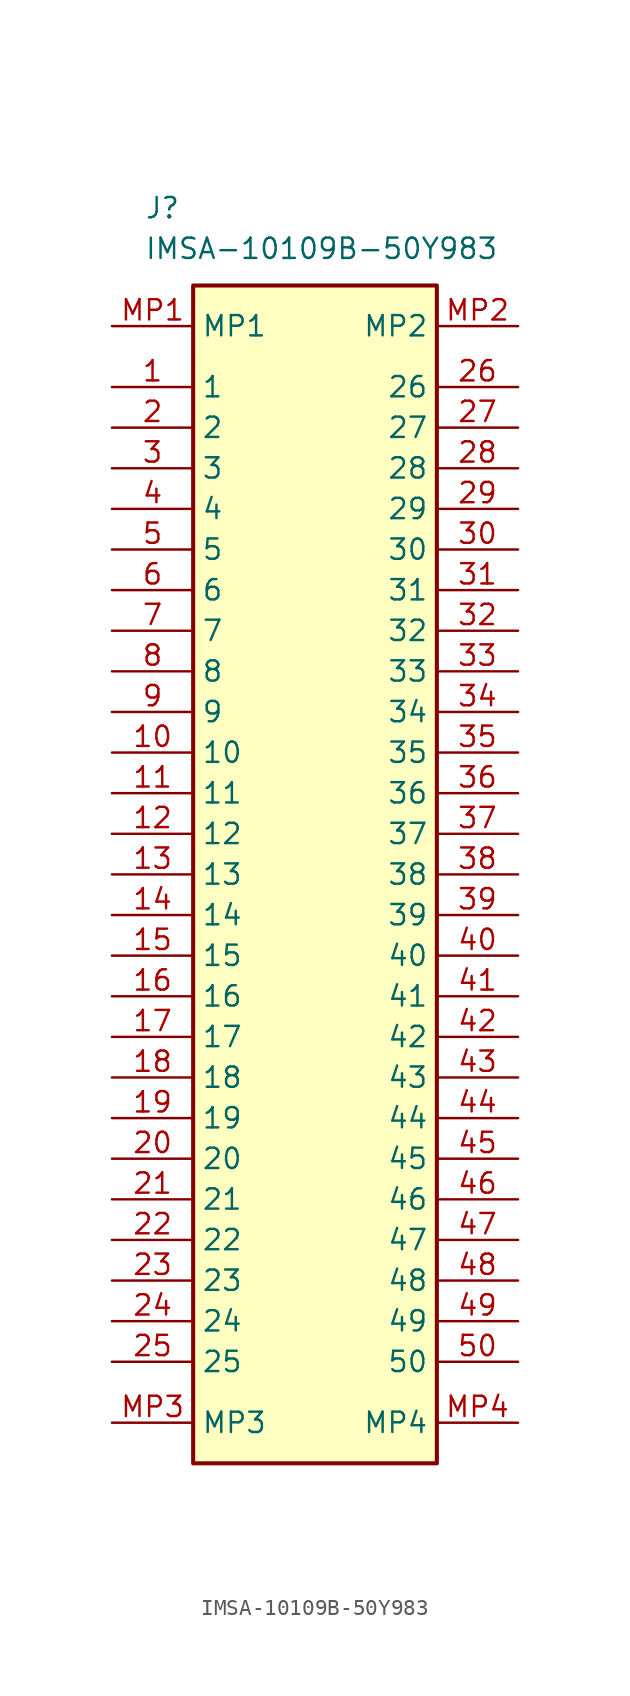
<source format=kicad_sym>
(kicad_symbol_lib
  (version 20241209)
  (generator "kicad_symbol_editor")
  (generator_version "9.0")
  (symbol "IMSA-10109B-50Y983"
    (property "Reference" "J"
      (at 2.032 8.128 0)
      (effects (font (size 1.27 1.27)) (justify left top)))
    (property "Value" "IMSA-10109B-50Y983"
      (at 2.032 5.588 0)
      (effects (font (size 1.27 1.27)) (justify left top)))
    (symbol "IMSA-10109B-50Y983_1_1"
      (rectangle (start 5.08 2.54) (end 20.32 -71.12) (stroke (width 0.254) (type default)) (fill (type background)))
      (pin passive line (at 0 0 0) (length 5.08) (name "MP1" (effects (font (size 1.27 1.27)))) (number "MP1" (effects (font (size 1.27 1.27)))))
      (pin passive line (at 0 -3.81 0) (length 5.08) (name "1" (effects (font (size 1.27 1.27)))) (number "1" (effects (font (size 1.27 1.27)))))
      (pin passive line (at 0 -6.35 0) (length 5.08) (name "2" (effects (font (size 1.27 1.27)))) (number "2" (effects (font (size 1.27 1.27)))))
      (pin passive line (at 0 -8.89 0) (length 5.08) (name "3" (effects (font (size 1.27 1.27)))) (number "3" (effects (font (size 1.27 1.27)))))
      (pin passive line (at 0 -11.43 0) (length 5.08) (name "4" (effects (font (size 1.27 1.27)))) (number "4" (effects (font (size 1.27 1.27)))))
      (pin passive line (at 0 -13.97 0) (length 5.08) (name "5" (effects (font (size 1.27 1.27)))) (number "5" (effects (font (size 1.27 1.27)))))
      (pin passive line (at 0 -16.51 0) (length 5.08) (name "6" (effects (font (size 1.27 1.27)))) (number "6" (effects (font (size 1.27 1.27)))))
      (pin passive line (at 0 -19.05 0) (length 5.08) (name "7" (effects (font (size 1.27 1.27)))) (number "7" (effects (font (size 1.27 1.27)))))
      (pin passive line (at 0 -21.59 0) (length 5.08) (name "8" (effects (font (size 1.27 1.27)))) (number "8" (effects (font (size 1.27 1.27)))))
      (pin passive line (at 0 -24.13 0) (length 5.08) (name "9" (effects (font (size 1.27 1.27)))) (number "9" (effects (font (size 1.27 1.27)))))
      (pin passive line (at 0 -26.67 0) (length 5.08) (name "10" (effects (font (size 1.27 1.27)))) (number "10" (effects (font (size 1.27 1.27)))))
      (pin passive line (at 0 -29.21 0) (length 5.08) (name "11" (effects (font (size 1.27 1.27)))) (number "11" (effects (font (size 1.27 1.27)))))
      (pin passive line (at 0 -31.75 0) (length 5.08) (name "12" (effects (font (size 1.27 1.27)))) (number "12" (effects (font (size 1.27 1.27)))))
      (pin passive line (at 0 -34.29 0) (length 5.08) (name "13" (effects (font (size 1.27 1.27)))) (number "13" (effects (font (size 1.27 1.27)))))
      (pin passive line (at 0 -36.83 0) (length 5.08) (name "14" (effects (font (size 1.27 1.27)))) (number "14" (effects (font (size 1.27 1.27)))))
      (pin passive line (at 0 -39.37 0) (length 5.08) (name "15" (effects (font (size 1.27 1.27)))) (number "15" (effects (font (size 1.27 1.27)))))
      (pin passive line (at 0 -41.91 0) (length 5.08) (name "16" (effects (font (size 1.27 1.27)))) (number "16" (effects (font (size 1.27 1.27)))))
      (pin passive line (at 0 -44.45 0) (length 5.08) (name "17" (effects (font (size 1.27 1.27)))) (number "17" (effects (font (size 1.27 1.27)))))
      (pin passive line (at 0 -46.99 0) (length 5.08) (name "18" (effects (font (size 1.27 1.27)))) (number "18" (effects (font (size 1.27 1.27)))))
      (pin passive line (at 0 -49.53 0) (length 5.08) (name "19" (effects (font (size 1.27 1.27)))) (number "19" (effects (font (size 1.27 1.27)))))
      (pin passive line (at 0 -52.07 0) (length 5.08) (name "20" (effects (font (size 1.27 1.27)))) (number "20" (effects (font (size 1.27 1.27)))))
      (pin passive line (at 0 -54.61 0) (length 5.08) (name "21" (effects (font (size 1.27 1.27)))) (number "21" (effects (font (size 1.27 1.27)))))
      (pin passive line (at 0 -57.15 0) (length 5.08) (name "22" (effects (font (size 1.27 1.27)))) (number "22" (effects (font (size 1.27 1.27)))))
      (pin passive line (at 0 -59.69 0) (length 5.08) (name "23" (effects (font (size 1.27 1.27)))) (number "23" (effects (font (size 1.27 1.27)))))
      (pin passive line (at 0 -62.23 0) (length 5.08) (name "24" (effects (font (size 1.27 1.27)))) (number "24" (effects (font (size 1.27 1.27)))))
      (pin passive line (at 0 -64.77 0) (length 5.08) (name "25" (effects (font (size 1.27 1.27)))) (number "25" (effects (font (size 1.27 1.27)))))
      (pin passive line (at 0 -68.58 0) (length 5.08) (name "MP3" (effects (font (size 1.27 1.27)))) (number "MP3" (effects (font (size 1.27 1.27)))))
      (pin passive line (at 25.4 0 180) (length 5.08) (name "MP2" (effects (font (size 1.27 1.27)))) (number "MP2" (effects (font (size 1.27 1.27)))))
      (pin passive line (at 25.4 -3.81 180) (length 5.08) (name "26" (effects (font (size 1.27 1.27)))) (number "26" (effects (font (size 1.27 1.27)))))
      (pin passive line (at 25.4 -6.35 180) (length 5.08) (name "27" (effects (font (size 1.27 1.27)))) (number "27" (effects (font (size 1.27 1.27)))))
      (pin passive line (at 25.4 -8.89 180) (length 5.08) (name "28" (effects (font (size 1.27 1.27)))) (number "28" (effects (font (size 1.27 1.27)))))
      (pin passive line (at 25.4 -11.43 180) (length 5.08) (name "29" (effects (font (size 1.27 1.27)))) (number "29" (effects (font (size 1.27 1.27)))))
      (pin passive line (at 25.4 -13.97 180) (length 5.08) (name "30" (effects (font (size 1.27 1.27)))) (number "30" (effects (font (size 1.27 1.27)))))
      (pin passive line (at 25.4 -16.51 180) (length 5.08) (name "31" (effects (font (size 1.27 1.27)))) (number "31" (effects (font (size 1.27 1.27)))))
      (pin passive line (at 25.4 -19.05 180) (length 5.08) (name "32" (effects (font (size 1.27 1.27)))) (number "32" (effects (font (size 1.27 1.27)))))
      (pin passive line (at 25.4 -21.59 180) (length 5.08) (name "33" (effects (font (size 1.27 1.27)))) (number "33" (effects (font (size 1.27 1.27)))))
      (pin passive line (at 25.4 -24.13 180) (length 5.08) (name "34" (effects (font (size 1.27 1.27)))) (number "34" (effects (font (size 1.27 1.27)))))
      (pin passive line (at 25.4 -26.67 180) (length 5.08) (name "35" (effects (font (size 1.27 1.27)))) (number "35" (effects (font (size 1.27 1.27)))))
      (pin passive line (at 25.4 -29.21 180) (length 5.08) (name "36" (effects (font (size 1.27 1.27)))) (number "36" (effects (font (size 1.27 1.27)))))
      (pin passive line (at 25.4 -31.75 180) (length 5.08) (name "37" (effects (font (size 1.27 1.27)))) (number "37" (effects (font (size 1.27 1.27)))))
      (pin passive line (at 25.4 -34.29 180) (length 5.08) (name "38" (effects (font (size 1.27 1.27)))) (number "38" (effects (font (size 1.27 1.27)))))
      (pin passive line (at 25.4 -36.83 180) (length 5.08) (name "39" (effects (font (size 1.27 1.27)))) (number "39" (effects (font (size 1.27 1.27)))))
      (pin passive line (at 25.4 -39.37 180) (length 5.08) (name "40" (effects (font (size 1.27 1.27)))) (number "40" (effects (font (size 1.27 1.27)))))
      (pin passive line (at 25.4 -41.91 180) (length 5.08) (name "41" (effects (font (size 1.27 1.27)))) (number "41" (effects (font (size 1.27 1.27)))))
      (pin passive line (at 25.4 -44.45 180) (length 5.08) (name "42" (effects (font (size 1.27 1.27)))) (number "42" (effects (font (size 1.27 1.27)))))
      (pin passive line (at 25.4 -46.99 180) (length 5.08) (name "43" (effects (font (size 1.27 1.27)))) (number "43" (effects (font (size 1.27 1.27)))))
      (pin passive line (at 25.4 -49.53 180) (length 5.08) (name "44" (effects (font (size 1.27 1.27)))) (number "44" (effects (font (size 1.27 1.27)))))
      (pin passive line (at 25.4 -52.07 180) (length 5.08) (name "45" (effects (font (size 1.27 1.27)))) (number "45" (effects (font (size 1.27 1.27)))))
      (pin passive line (at 25.4 -54.61 180) (length 5.08) (name "46" (effects (font (size 1.27 1.27)))) (number "46" (effects (font (size 1.27 1.27)))))
      (pin passive line (at 25.4 -57.15 180) (length 5.08) (name "47" (effects (font (size 1.27 1.27)))) (number "47" (effects (font (size 1.27 1.27)))))
      (pin passive line (at 25.4 -59.69 180) (length 5.08) (name "48" (effects (font (size 1.27 1.27)))) (number "48" (effects (font (size 1.27 1.27)))))
      (pin passive line (at 25.4 -62.23 180) (length 5.08) (name "49" (effects (font (size 1.27 1.27)))) (number "49" (effects (font (size 1.27 1.27)))))
      (pin passive line (at 25.4 -64.77 180) (length 5.08) (name "50" (effects (font (size 1.27 1.27)))) (number "50" (effects (font (size 1.27 1.27)))))
      (pin passive line (at 25.4 -68.58 180) (length 5.08) (name "MP4" (effects (font (size 1.27 1.27)))) (number "MP4" (effects (font (size 1.27 1.27))))))))
</source>
